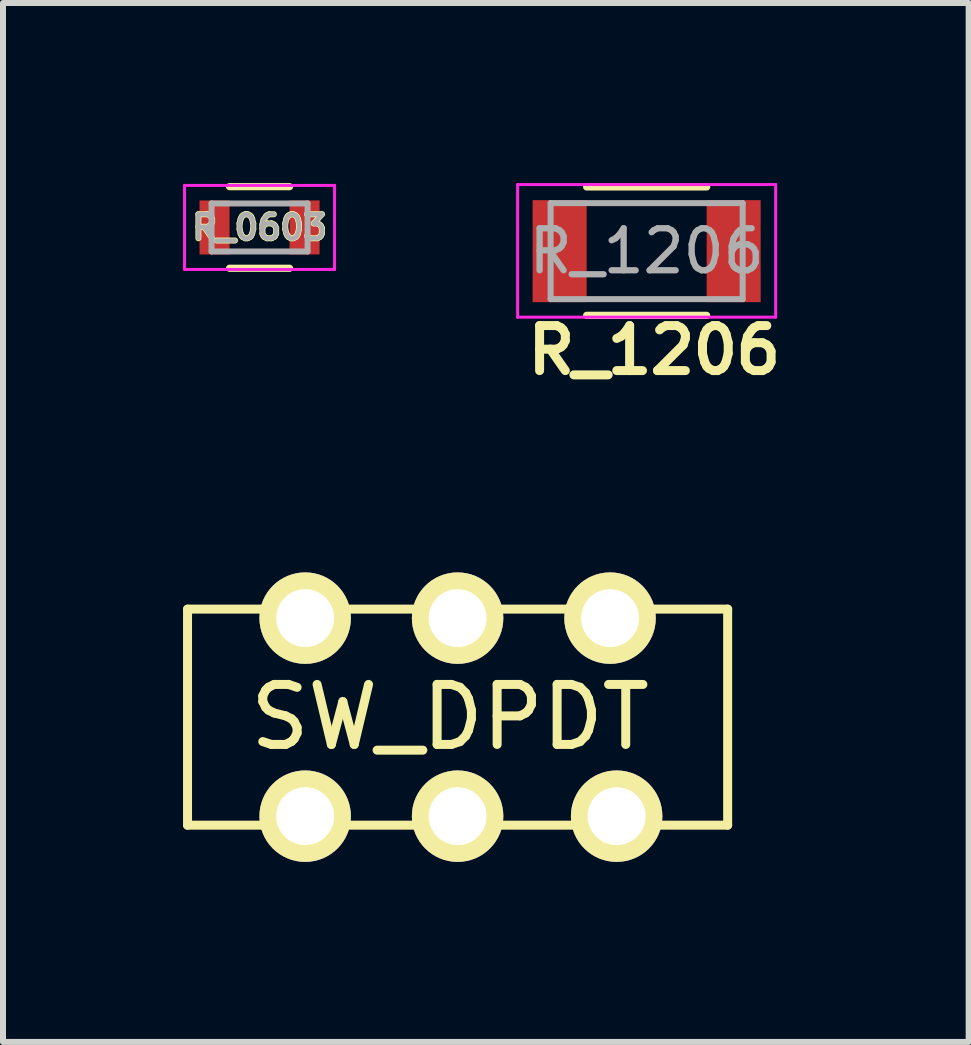
<source format=kicad_pcb>
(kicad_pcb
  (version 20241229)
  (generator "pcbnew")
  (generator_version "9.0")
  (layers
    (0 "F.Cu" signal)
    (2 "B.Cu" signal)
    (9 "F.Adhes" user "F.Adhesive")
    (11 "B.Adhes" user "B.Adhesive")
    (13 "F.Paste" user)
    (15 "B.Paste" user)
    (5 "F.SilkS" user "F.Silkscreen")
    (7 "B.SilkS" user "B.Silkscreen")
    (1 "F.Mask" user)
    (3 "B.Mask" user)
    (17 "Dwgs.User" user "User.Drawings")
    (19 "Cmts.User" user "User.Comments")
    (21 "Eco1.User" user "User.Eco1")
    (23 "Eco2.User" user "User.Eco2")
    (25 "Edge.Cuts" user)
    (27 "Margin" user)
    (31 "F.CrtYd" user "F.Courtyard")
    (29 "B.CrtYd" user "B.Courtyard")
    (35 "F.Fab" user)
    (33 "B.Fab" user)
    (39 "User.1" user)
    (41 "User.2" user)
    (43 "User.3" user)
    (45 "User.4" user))
  (footprint "R_1206"
    (layer "F.Cu")
    (at 7.725 1.135)
    (property "Reference" "R_1206" (at 0.127 1.651 0) (layer "F.SilkS") (effects (font (size 0.75 0.75) (thickness 0.15))))
    (attr smd)
    (fp_line (start -1 -1.07) (end 1 -1.07) (stroke (width 0.12) (type solid)) (layer "F.SilkS"))
    (fp_line (start 1 1.07) (end -1 1.07) (stroke (width 0.12) (type solid)) (layer "F.SilkS"))
    (fp_line (start -2.15 -1.11) (end -2.15 1.1) (stroke (width 0.05) (type solid)) (layer "F.CrtYd"))
    (fp_line (start -2.15 -1.11) (end 2.15 -1.11) (stroke (width 0.05) (type solid)) (layer "F.CrtYd"))
    (fp_line (start 2.15 1.1) (end -2.15 1.1) (stroke (width 0.05) (type solid)) (layer "F.CrtYd"))
    (fp_line (start 2.15 1.1) (end 2.15 -1.11) (stroke (width 0.05) (type solid)) (layer "F.CrtYd"))
    (fp_line (start -1.6 -0.8) (end 1.6 -0.8) (stroke (width 0.1) (type solid)) (layer "F.Fab"))
    (fp_line (start -1.6 0.8) (end -1.6 -0.8) (stroke (width 0.1) (type solid)) (layer "F.Fab"))
    (fp_line (start 1.6 -0.8) (end 1.6 0.8) (stroke (width 0.1) (type solid)) (layer "F.Fab"))
    (fp_line (start 1.6 0.8) (end -1.6 0.8) (stroke (width 0.1) (type solid)) (layer "F.Fab"))
    (fp_text user "${REFERENCE}" (at 0 0 0) (layer "F.Fab") (effects (font (size 0.7 0.7) (thickness 0.105))))
    (pad "1" smd rect (at -1.45 0) (size 0.9 1.7) (layers "F.Cu" "F.Mask" "F.Paste"))
    (pad "2" smd rect (at 1.45 0) (size 0.9 1.7) (layers "F.Cu" "F.Mask" "F.Paste")))
  (footprint "SW_DPDT"
    (layer "F.Cu")
    (at 4.575 8.9)
    (property "Reference" "SW_DPDT" (at -0.127 0 0) (layer "F.SilkS") (effects (font (size 1 1) (thickness 0.15))))
    (attr through_hole)
    (fp_line (start -4.5 -1.8) (end -4.5 1.8) (stroke (width 0.15) (type solid)) (layer "F.SilkS"))
    (fp_line (start -4.5 -1.8) (end 4.5 -1.8) (stroke (width 0.15) (type solid)) (layer "F.SilkS"))
    (fp_line (start 4.5 -1.8) (end 4.5 1.8) (stroke (width 0.15) (type solid)) (layer "F.SilkS"))
    (fp_line (start 4.5 1.8) (end -4.5 1.8) (stroke (width 0.15) (type solid)) (layer "F.SilkS"))
    (pad "1" thru_hole circle (at -2.54 1.65) (size 1.524 1.524) (drill 0.965) (layers "*.Cu" "*.Mask" "F.SilkS"))
    (pad "2" thru_hole circle (at 0 1.65) (size 1.524 1.524) (drill 0.965) (layers "*.Cu" "*.Mask" "F.SilkS"))
    (pad "3" thru_hole circle (at 2.65 1.65) (size 1.524 1.524) (drill 0.965) (layers "*.Cu" "*.Mask" "F.SilkS"))
    (pad "4" thru_hole circle (at 2.54 -1.65) (size 1.524 1.524) (drill 0.965) (layers "*.Cu" "*.Mask" "F.SilkS"))
    (pad "5" thru_hole circle (at 0 -1.65) (size 1.524 1.524) (drill 0.965) (layers "*.Cu" "*.Mask" "F.SilkS"))
    (pad "6" thru_hole circle (at -2.54 -1.65) (size 1.524 1.524) (drill 0.965) (layers "*.Cu" "*.Mask" "F.SilkS")))
  (footprint "R_0603"
    (layer "F.Cu")
    (at 1.275 0.74)
    (property "Reference" "R_0603" (at 0 0 0) (layer "F.SilkS") (effects (font (size 0.4 0.4) (thickness 0.1))))
    (attr smd)
    (fp_line (start -0.5 -0.68) (end 0.5 -0.68) (stroke (width 0.12) (type solid)) (layer "F.SilkS"))
    (fp_line (start 0.5 0.68) (end -0.5 0.68) (stroke (width 0.12) (type solid)) (layer "F.SilkS"))
    (fp_line (start -1.25 -0.7) (end -1.25 0.7) (stroke (width 0.05) (type solid)) (layer "F.CrtYd"))
    (fp_line (start -1.25 -0.7) (end 1.25 -0.7) (stroke (width 0.05) (type solid)) (layer "F.CrtYd"))
    (fp_line (start 1.25 0.7) (end -1.25 0.7) (stroke (width 0.05) (type solid)) (layer "F.CrtYd"))
    (fp_line (start 1.25 0.7) (end 1.25 -0.7) (stroke (width 0.05) (type solid)) (layer "F.CrtYd"))
    (fp_line (start -0.8 -0.4) (end 0.8 -0.4) (stroke (width 0.1) (type solid)) (layer "F.Fab"))
    (fp_line (start -0.8 0.4) (end -0.8 -0.4) (stroke (width 0.1) (type solid)) (layer "F.Fab"))
    (fp_line (start 0.8 -0.4) (end 0.8 0.4) (stroke (width 0.1) (type solid)) (layer "F.Fab"))
    (fp_line (start 0.8 0.4) (end -0.8 0.4) (stroke (width 0.1) (type solid)) (layer "F.Fab"))
    (fp_text user "${REFERENCE}" (at 0 0 0) (layer "F.Fab") (effects (font (size 0.4 0.4) (thickness 0.075))))
    (pad "1" smd rect (at -0.75 0) (size 0.5 0.9) (layers "F.Cu" "F.Mask" "F.Paste"))
    (pad "2" smd rect (at 0.75 0) (size 0.5 0.9) (layers "F.Cu" "F.Mask" "F.Paste")))
  (gr_rect
    (start -3 -3)
    (end 13.091 14.312)
    (stroke (width 0.1) (type default))
    (fill no)
    (layer "Edge.Cuts")))
</source>
